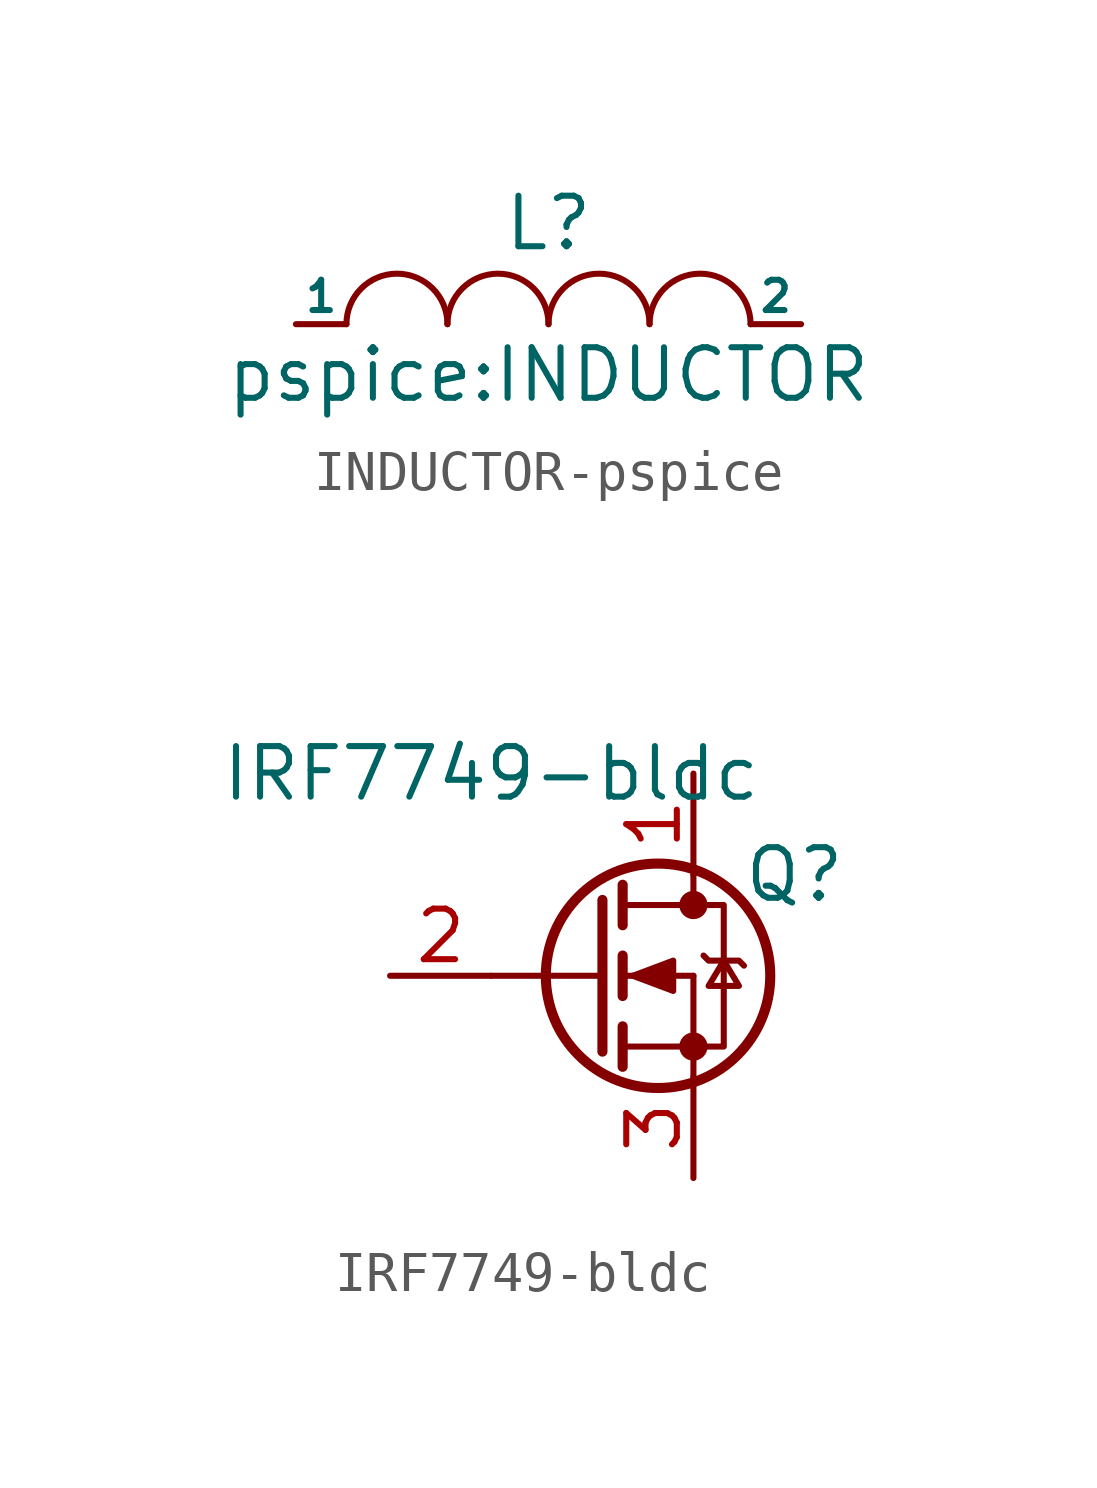
<source format=kicad_sym>
(kicad_symbol_lib
  (version 20231120)
  (generator "kicad_symbol_editor")
  (generator_version "8.0")
  (symbol "INDUCTOR-pspice"
    (pin_numbers hide)
    (pin_names
      (offset 0))
    (property "Reference" "L"
      (at 0 2.54 0)
      (effects (font (size 1.27 1.27))))
    (property "Value" "pspice:INDUCTOR"
      (at 0 -1.27 0)
      (effects (font (size 1.27 1.27))))
    (symbol "INDUCTOR-pspice_0_1"
      (arc (start -2.54 0) (mid -3.81 1.27) (end -5.08 0) (stroke (width 0) (type solid)) (fill (type none)))
      (arc (start 0 0) (mid -1.27 1.27) (end -2.54 0) (stroke (width 0) (type solid)) (fill (type none)))
      (arc (start 2.54 0) (mid 1.27 1.27) (end 0 0) (stroke (width 0) (type solid)) (fill (type none)))
      (arc (start 5.08 0) (mid 3.81 1.27) (end 2.54 0) (stroke (width 0) (type solid)) (fill (type none))))
    (symbol "INDUCTOR-pspice_1_1"
      (pin input line (at -6.35 0 0) (length 1.27) (name "1" (effects (font (size 0.762 0.762)))) (number "1" (effects (font (size 0.762 0.762)))))
      (pin input line (at 6.35 0 180) (length 1.27) (name "2" (effects (font (size 0.762 0.762)))) (number "2" (effects (font (size 0.762 0.762)))))))
  (symbol "IRF7749-bldc"
    (pin_names
      (offset 0) hide)
    (property "Reference" "Q"
      (at 2.54 2.54 0)
      (effects (font (size 1.27 1.27))))
    (property "Value" "IRF7749-bldc"
      (at -5.08 5.08 0)
      (effects (font (size 1.27 1.27))))
    (symbol "IRF7749-bldc_1_1"
      (circle (center -0.889 0) (radius 2.819) (stroke (width 0.254) (type solid)) (fill (type none)))
      (circle (center 0 -1.778) (radius 0.279) (stroke (width 0) (type solid)) (fill (type outline)))
      (polyline (pts (xy -5.08 0) (xy -2.286 0)) (stroke (width 0) (type solid)) (fill (type none)))
      (polyline (pts (xy -1.778 -1.778) (xy 0 -1.778)) (stroke (width 0) (type solid)) (fill (type none)))
      (polyline (pts (xy -1.778 -1.27) (xy -1.778 -2.286)) (stroke (width 0.254) (type solid)) (fill (type none)))
      (polyline (pts (xy -1.778 0) (xy 0 0)) (stroke (width 0) (type solid)) (fill (type none)))
      (polyline (pts (xy -1.778 0.508) (xy -1.778 -0.508)) (stroke (width 0.254) (type solid)) (fill (type none)))
      (polyline (pts (xy -1.778 1.778) (xy 0 1.778)) (stroke (width 0) (type solid)) (fill (type none)))
      (polyline (pts (xy -1.778 2.286) (xy -1.778 1.27)) (stroke (width 0.254) (type solid)) (fill (type none)))
      (polyline (pts (xy 0 -1.778) (xy 0 -2.54)) (stroke (width 0) (type solid)) (fill (type none)))
      (polyline (pts (xy 0 -1.778) (xy 0 0)) (stroke (width 0) (type solid)) (fill (type none)))
      (polyline (pts (xy 0 2.54) (xy 0 1.778)) (stroke (width 0) (type solid)) (fill (type none)))
      (polyline (pts (xy -2.286 1.905) (xy -2.286 -1.905) (xy -2.286 -1.905)) (stroke (width 0.254) (type solid)) (fill (type none)))
      (polyline (pts (xy -1.524 0) (xy -0.508 0.381) (xy -0.508 -0.381) (xy -1.524 0)) (stroke (width 0) (type solid)) (fill (type outline)))
      (polyline (pts (xy 0 -1.778) (xy 0.762 -1.778) (xy 0.762 1.778) (xy 0 1.778)) (stroke (width 0) (type solid)) (fill (type none)))
      (polyline (pts (xy 0.254 0.508) (xy 0.381 0.381) (xy 1.143 0.381) (xy 1.27 0.254)) (stroke (width 0) (type solid)) (fill (type none)))
      (polyline (pts (xy 0.762 0.381) (xy 0.381 -0.254) (xy 1.143 -0.254) (xy 0.762 0.381)) (stroke (width 0) (type solid)) (fill (type none)))
      (circle (center 0 1.778) (radius 0.279) (stroke (width 0) (type solid)) (fill (type outline)))
      (pin passive line (at 0 5.08 270) (length 2.54) (name "D" (effects (font (size 1.27 1.27)))) (number "1" (effects (font (size 1.27 1.27)))))
      (pin input line (at -7.62 0 0) (length 2.54) (name "G" (effects (font (size 1.27 1.27)))) (number "2" (effects (font (size 1.27 1.27)))))
      (pin passive line (at 0 -5.08 90) (length 2.54) (name "S" (effects (font (size 1.27 1.27)))) (number "3" (effects (font (size 1.27 1.27))))))))
</source>
